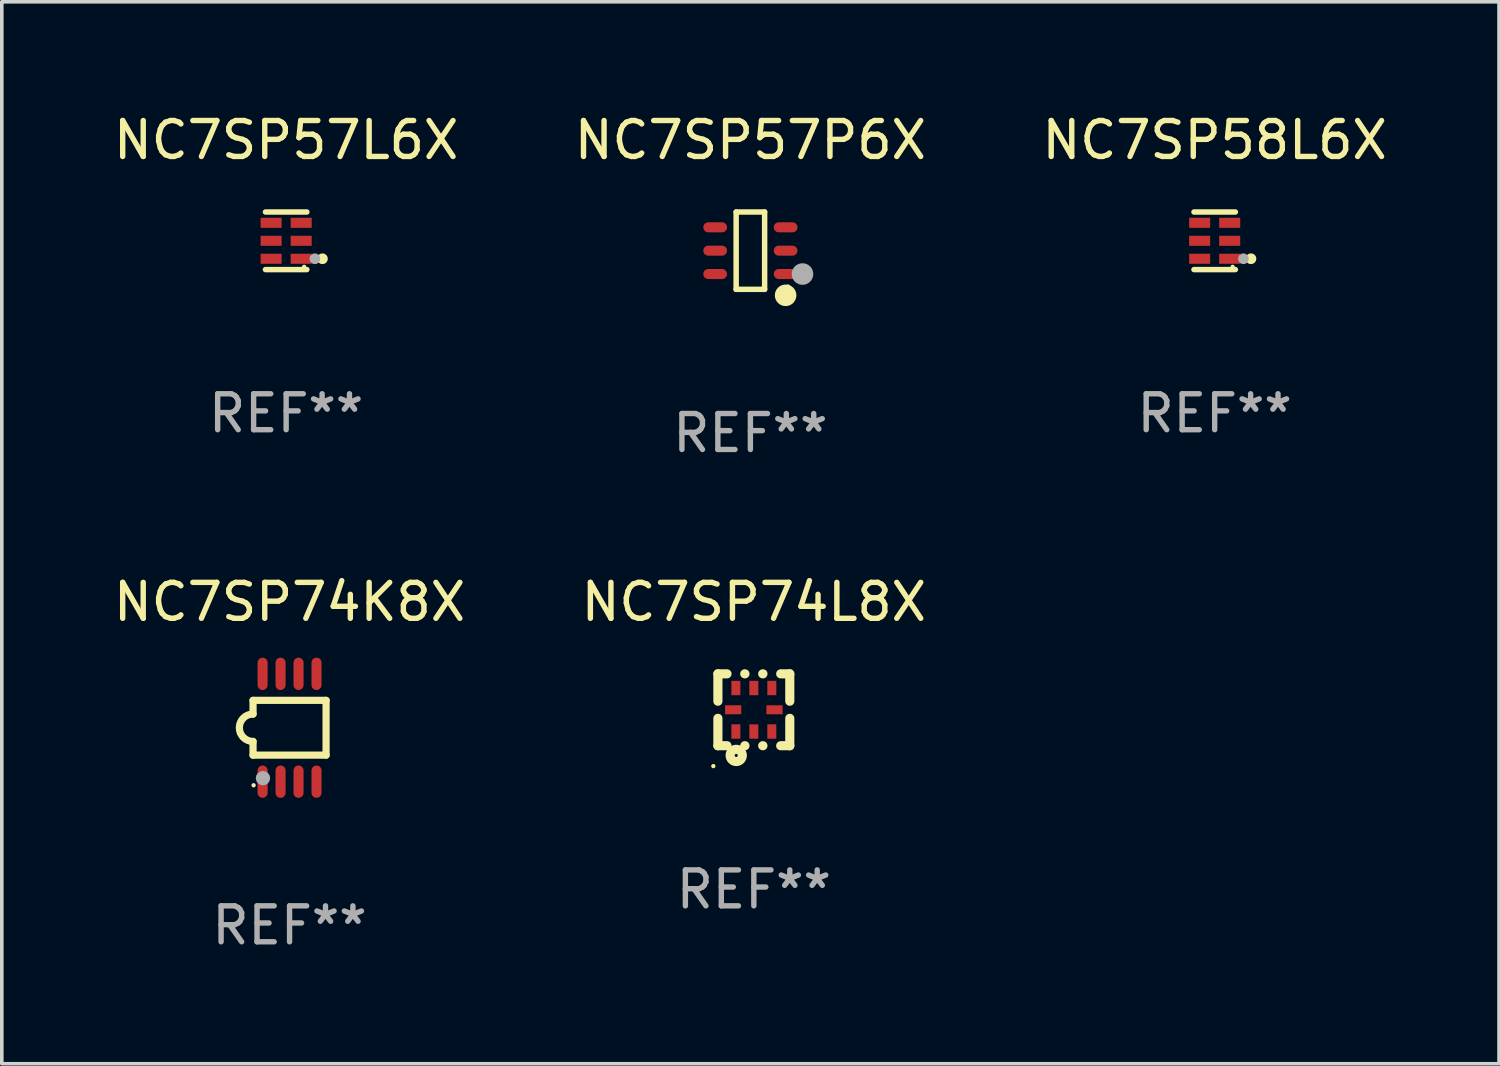
<source format=kicad_pcb>
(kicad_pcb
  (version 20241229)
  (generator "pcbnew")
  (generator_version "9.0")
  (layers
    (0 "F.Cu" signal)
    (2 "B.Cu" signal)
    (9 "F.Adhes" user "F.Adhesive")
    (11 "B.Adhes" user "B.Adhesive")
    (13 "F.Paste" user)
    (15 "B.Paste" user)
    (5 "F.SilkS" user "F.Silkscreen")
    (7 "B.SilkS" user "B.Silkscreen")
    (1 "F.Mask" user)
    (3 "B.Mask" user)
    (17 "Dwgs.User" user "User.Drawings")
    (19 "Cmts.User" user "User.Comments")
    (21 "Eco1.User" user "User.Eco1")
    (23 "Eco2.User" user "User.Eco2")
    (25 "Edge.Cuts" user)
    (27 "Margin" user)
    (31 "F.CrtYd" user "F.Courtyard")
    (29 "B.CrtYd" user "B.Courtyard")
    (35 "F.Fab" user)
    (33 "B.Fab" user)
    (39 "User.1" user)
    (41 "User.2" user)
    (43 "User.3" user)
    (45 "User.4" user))
  (footprint "NC7SP58L6X"
    (layer "F.Cu")
    (at 30.744 3.649)
    (property "Reference" "NC7SP58L6X" (at 0 -2.801 0) (layer "F.SilkS") (effects (font (size 1 1) (thickness 0.15))))
    (attr through_hole)
    (fp_line (start 0.576 -0.801) (end -0.576 -0.801) (stroke (width 0.152) (type solid)) (layer "F.SilkS"))
    (fp_line (start 0.576 0.801) (end -0.576 0.801) (stroke (width 0.152) (type solid)) (layer "F.SilkS"))
    (fp_circle (center 0.5 0.725) (end 0.53 0.725) (stroke (width 0.06) (type solid)) (fill no) (layer "F.SilkS"))
    (fp_circle (center 1.01 0.5) (end 1.085 0.5) (stroke (width 0.15) (type solid)) (fill no) (layer "F.SilkS"))
    (fp_circle (center 0.8 0.5) (end 0.875 0.5) (stroke (width 0.15) (type solid)) (fill no) (layer "F.Fab"))
    (fp_text user "REF**" (at 0 4.801 0) (layer "F.Fab") (effects (font (size 1 1) (thickness 0.15))))
    (pad "1" smd rect (at 0.418 0.5 90) (size 0.28 0.585) (layers "F.Cu" "F.Mask" "F.Paste"))
    (pad "2" smd rect (at 0.418 0 90) (size 0.28 0.585) (layers "F.Cu" "F.Mask" "F.Paste"))
    (pad "3" smd rect (at 0.418 -0.5 90) (size 0.28 0.585) (layers "F.Cu" "F.Mask" "F.Paste"))
    (pad "4" smd rect (at -0.418 -0.5 90) (size 0.28 0.585) (layers "F.Cu" "F.Mask" "F.Paste"))
    (pad "5" smd rect (at -0.418 0 90) (size 0.28 0.585) (layers "F.Cu" "F.Mask" "F.Paste"))
    (pad "6" smd rect (at -0.418 0.5 90) (size 0.28 0.585) (layers "F.Cu" "F.Mask" "F.Paste")))
  (footprint "NC7SP57L6X"
    (layer "F.Cu")
    (at 4.911 3.649)
    (property "Reference" "NC7SP57L6X" (at 0 -2.801 0) (layer "F.SilkS") (effects (font (size 1 1) (thickness 0.15))))
    (attr through_hole)
    (fp_line (start 0.576 -0.801) (end -0.576 -0.801) (stroke (width 0.152) (type solid)) (layer "F.SilkS"))
    (fp_line (start 0.576 0.801) (end -0.576 0.801) (stroke (width 0.152) (type solid)) (layer "F.SilkS"))
    (fp_circle (center 0.5 0.725) (end 0.53 0.725) (stroke (width 0.06) (type solid)) (fill no) (layer "F.SilkS"))
    (fp_circle (center 1.01 0.5) (end 1.085 0.5) (stroke (width 0.15) (type solid)) (fill no) (layer "F.SilkS"))
    (fp_circle (center 0.8 0.5) (end 0.875 0.5) (stroke (width 0.15) (type solid)) (fill no) (layer "F.Fab"))
    (fp_text user "REF**" (at 0 4.801 0) (layer "F.Fab") (effects (font (size 1 1) (thickness 0.15))))
    (pad "1" smd rect (at 0.418 0.5 90) (size 0.28 0.585) (layers "F.Cu" "F.Mask" "F.Paste"))
    (pad "2" smd rect (at 0.418 0 90) (size 0.28 0.585) (layers "F.Cu" "F.Mask" "F.Paste"))
    (pad "3" smd rect (at 0.418 -0.5 90) (size 0.28 0.585) (layers "F.Cu" "F.Mask" "F.Paste"))
    (pad "4" smd rect (at -0.418 -0.5 90) (size 0.28 0.585) (layers "F.Cu" "F.Mask" "F.Paste"))
    (pad "5" smd rect (at -0.418 0 90) (size 0.28 0.585) (layers "F.Cu" "F.Mask" "F.Paste"))
    (pad "6" smd rect (at -0.418 0.5 90) (size 0.28 0.585) (layers "F.Cu" "F.Mask" "F.Paste")))
  (footprint "NC7SP74K8X"
    (layer "F.Cu")
    (at 5.006 17.197)
    (property "Reference" "NC7SP74K8X" (at 0 -3.5 0) (layer "F.SilkS") (effects (font (size 1 1) (thickness 0.15))))
    (attr through_hole)
    (fp_line (start -1.016 -0.762) (end 1.016 -0.762) (stroke (width 0.2) (type solid)) (layer "F.SilkS"))
    (fp_line (start -1.016 -0.381) (end -1.016 -0.762) (stroke (width 0.2) (type solid)) (layer "F.SilkS"))
    (fp_line (start -1.016 0.762) (end -1.016 0.381) (stroke (width 0.2) (type solid)) (layer "F.SilkS"))
    (fp_line (start 1.016 -0.762) (end 1.016 0.762) (stroke (width 0.2) (type solid)) (layer "F.SilkS"))
    (fp_line (start 1.016 0.762) (end -1.016 0.762) (stroke (width 0.2) (type solid)) (layer "F.SilkS"))
    (fp_arc (start -1.016002 0.381001) (mid -1.396698 -0.000025) (end -1.016002 -0.381051) (stroke (width 0.2) (type solid)) (layer "F.SilkS"))
    (fp_circle (center -1 1.6) (end -0.97 1.6) (stroke (width 0.06) (type solid)) (fill no) (layer "F.SilkS"))
    (fp_circle (center -0.74 1.402) (end -0.64 1.402) (stroke (width 0.2) (type solid)) (fill no) (layer "F.Fab"))
    (fp_text user "REF**" (at 0 5.5 0) (layer "F.Fab") (effects (font (size 1 1) (thickness 0.15))))
    (pad "1" smd oval (at -0.75 1.5) (size 0.28 0.9) (layers "F.Cu" "F.Mask" "F.Paste"))
    (pad "2" smd oval (at -0.25 1.5) (size 0.28 0.9) (layers "F.Cu" "F.Mask" "F.Paste"))
    (pad "3" smd oval (at 0.25 1.5) (size 0.28 0.9) (layers "F.Cu" "F.Mask" "F.Paste"))
    (pad "4" smd oval (at 0.75 1.5) (size 0.28 0.9) (layers "F.Cu" "F.Mask" "F.Paste"))
    (pad "5" smd oval (at 0.75 -1.5) (size 0.28 0.9) (layers "F.Cu" "F.Mask" "F.Paste"))
    (pad "6" smd oval (at 0.25 -1.5) (size 0.28 0.9) (layers "F.Cu" "F.Mask" "F.Paste"))
    (pad "7" smd oval (at -0.25 -1.5) (size 0.28 0.9) (layers "F.Cu" "F.Mask" "F.Paste"))
    (pad "8" smd oval (at -0.75 -1.5) (size 0.28 0.9) (layers "F.Cu" "F.Mask" "F.Paste")))
  (footprint "NC7SP74L8X"
    (layer "F.Cu")
    (at 17.923 16.697)
    (property "Reference" "NC7SP74L8X" (at 0 -3 0) (layer "F.SilkS") (effects (font (size 1 1) (thickness 0.15))))
    (attr through_hole)
    (fp_line (start -1 -1) (end -0.747 -1) (stroke (width 0.254) (type solid)) (layer "F.SilkS"))
    (fp_line (start -1 -0.238) (end -1 -1) (stroke (width 0.254) (type solid)) (layer "F.SilkS"))
    (fp_line (start -1 1) (end -1 0.238) (stroke (width 0.254) (type solid)) (layer "F.SilkS"))
    (fp_line (start -0.747 1) (end -1 1) (stroke (width 0.254) (type solid)) (layer "F.SilkS"))
    (fp_line (start -0.253 -1) (end -0.247 -1) (stroke (width 0.254) (type solid)) (layer "F.SilkS"))
    (fp_line (start -0.247 1) (end -0.253 1) (stroke (width 0.254) (type solid)) (layer "F.SilkS"))
    (fp_line (start 0.247 -1) (end 0.253 -1) (stroke (width 0.254) (type solid)) (layer "F.SilkS"))
    (fp_line (start 0.253 1) (end 0.247 1) (stroke (width 0.254) (type solid)) (layer "F.SilkS"))
    (fp_line (start 0.747 -1) (end 1 -1) (stroke (width 0.254) (type solid)) (layer "F.SilkS"))
    (fp_line (start 1 -1) (end 1 -0.238) (stroke (width 0.254) (type solid)) (layer "F.SilkS"))
    (fp_line (start 1 0.238) (end 1 1) (stroke (width 0.254) (type solid)) (layer "F.SilkS"))
    (fp_line (start 1 1) (end 0.747 1) (stroke (width 0.254) (type solid)) (layer "F.SilkS"))
    (fp_circle (center -1.127 1.567) (end -1.097 1.567) (stroke (width 0.06) (type solid)) (fill no) (layer "F.SilkS"))
    (fp_circle (center -0.49 1.27) (end -0.32 1.27) (stroke (width 0.254) (type solid)) (fill no) (layer "F.SilkS"))
    (fp_text user "REF**" (at 0 5 0) (layer "F.Fab") (effects (font (size 1 1) (thickness 0.15))))
    (pad "1" smd rect (at -0.5 0.605 90) (size 0.4 0.25) (layers "F.Cu" "F.Mask" "F.Paste"))
    (pad "2" smd rect (at 0 0.605 90) (size 0.4 0.25) (layers "F.Cu" "F.Mask" "F.Paste"))
    (pad "3" smd rect (at 0.5 0.605 90) (size 0.4 0.25) (layers "F.Cu" "F.Mask" "F.Paste"))
    (pad "4" smd rect (at 0.575 0 180) (size 0.45 0.25) (layers "F.Cu" "F.Mask" "F.Paste"))
    (pad "5" smd rect (at 0.5 -0.605 270) (size 0.4 0.25) (layers "F.Cu" "F.Mask" "F.Paste"))
    (pad "6" smd rect (at 0 -0.605 270) (size 0.4 0.25) (layers "F.Cu" "F.Mask" "F.Paste"))
    (pad "7" smd rect (at -0.5 -0.605 270) (size 0.4 0.25) (layers "F.Cu" "F.Mask" "F.Paste"))
    (pad "8" smd rect (at -0.575 0) (size 0.45 0.25) (layers "F.Cu" "F.Mask" "F.Paste")))
  (footprint "NC7SP57P6X"
    (layer "F.Cu")
    (at 17.827 3.924)
    (property "Reference" "NC7SP57P6X" (at 0 -3.076 0) (layer "F.SilkS") (effects (font (size 1 1) (thickness 0.15))))
    (attr through_hole)
    (fp_line (start -0.396 -1.076) (end 0.396 -1.076) (stroke (width 0.152) (type solid)) (layer "F.SilkS"))
    (fp_line (start -0.396 1.076) (end -0.396 -1.076) (stroke (width 0.152) (type solid)) (layer "F.SilkS"))
    (fp_line (start 0.396 -1.076) (end 0.396 1.076) (stroke (width 0.152) (type solid)) (layer "F.SilkS"))
    (fp_line (start 0.396 1.076) (end -0.396 1.076) (stroke (width 0.152) (type solid)) (layer "F.SilkS"))
    (fp_circle (center 0.98 1.242) (end 1.13 1.242) (stroke (width 0.3) (type solid)) (fill no) (layer "F.SilkS"))
    (fp_circle (center 1.05 1) (end 1.08 1) (stroke (width 0.06) (type solid)) (fill no) (layer "F.SilkS"))
    (fp_circle (center 1.45 0.65) (end 1.6 0.65) (stroke (width 0.3) (type solid)) (fill no) (layer "F.Fab"))
    (fp_text user "REF**" (at 0 5.076 0) (layer "F.Fab") (effects (font (size 1 1) (thickness 0.15))))
    (pad "1" smd oval (at 0.98 0.65 90) (size 0.28 0.66) (layers "F.Cu" "F.Mask" "F.Paste"))
    (pad "2" smd oval (at 0.98 0 90) (size 0.28 0.66) (layers "F.Cu" "F.Mask" "F.Paste"))
    (pad "3" smd oval (at 0.98 -0.65 90) (size 0.28 0.66) (layers "F.Cu" "F.Mask" "F.Paste"))
    (pad "4" smd oval (at -0.98 -0.65 90) (size 0.28 0.66) (layers "F.Cu" "F.Mask" "F.Paste"))
    (pad "5" smd oval (at -0.98 0 90) (size 0.28 0.66) (layers "F.Cu" "F.Mask" "F.Paste"))
    (pad "6" smd oval (at -0.98 0.65 90) (size 0.28 0.66) (layers "F.Cu" "F.Mask" "F.Paste")))
  (gr_rect
    (start -3 -3)
    (end 38.655 26.545)
    (stroke (width 0.1) (type default))
    (fill no)
    (layer "Edge.Cuts")))
</source>
